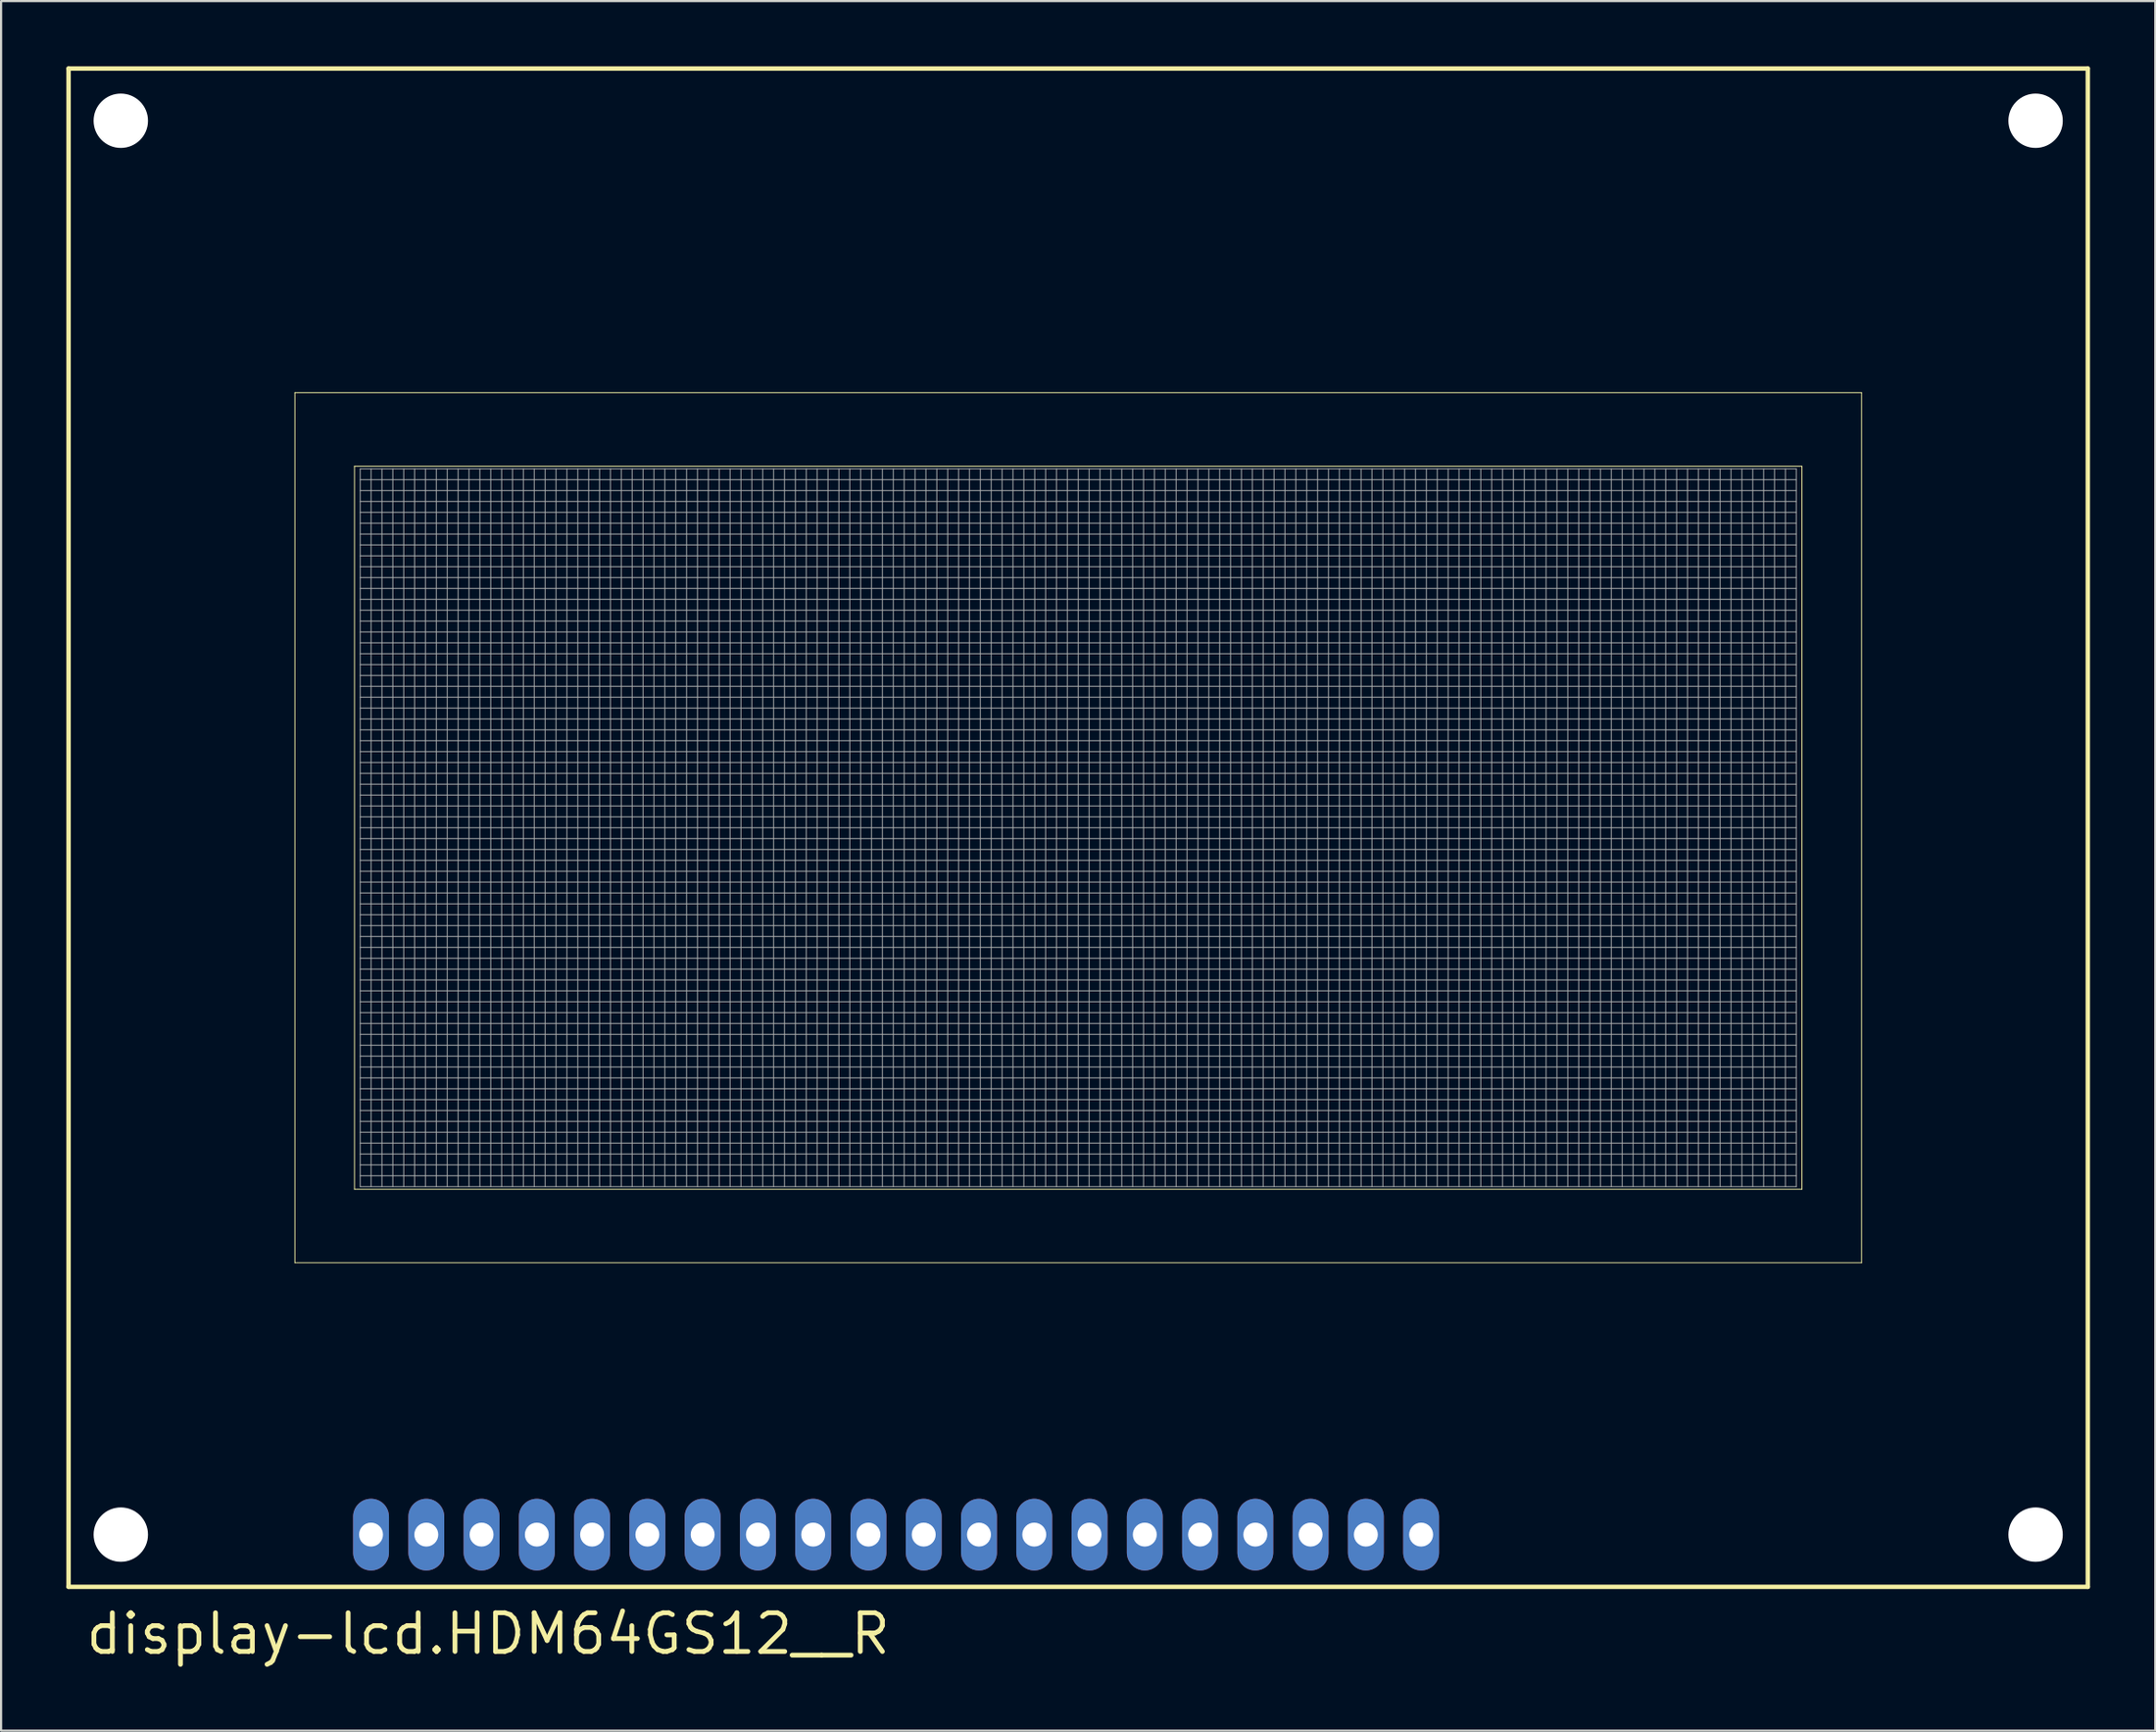
<source format=kicad_pcb>
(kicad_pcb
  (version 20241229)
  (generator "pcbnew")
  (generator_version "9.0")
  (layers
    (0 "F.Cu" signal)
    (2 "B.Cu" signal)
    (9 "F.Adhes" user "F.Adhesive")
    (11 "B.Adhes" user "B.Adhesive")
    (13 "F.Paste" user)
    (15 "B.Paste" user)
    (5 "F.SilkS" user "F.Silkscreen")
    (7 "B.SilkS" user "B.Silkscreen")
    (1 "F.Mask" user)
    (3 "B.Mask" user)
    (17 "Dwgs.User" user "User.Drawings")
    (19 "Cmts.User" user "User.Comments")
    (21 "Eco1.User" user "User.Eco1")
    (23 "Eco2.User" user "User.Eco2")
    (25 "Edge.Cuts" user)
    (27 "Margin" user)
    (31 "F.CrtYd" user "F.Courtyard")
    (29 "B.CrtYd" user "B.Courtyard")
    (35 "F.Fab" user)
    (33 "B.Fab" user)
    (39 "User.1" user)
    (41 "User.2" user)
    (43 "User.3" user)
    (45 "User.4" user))
  (footprint "display-lcd.HDM64GS12__R"
    (layer "F.Cu")
    (at 46.502 35.002)
    (property "Reference" "display-lcd.HDM64GS12__R" (at -45.72 38.1 0) (layer "F.SilkS") (effects (font (size 1.778 1.778) (thickness 0.22)) (justify left bottom)))
    (attr through_hole)
    (fp_line (start -46.4 -34.9) (end 46.4 -34.9) (stroke (width 0.203) (type default)) (layer "F.SilkS"))
    (fp_line (start -46.4 34.9) (end -46.4 -34.9) (stroke (width 0.203) (type default)) (layer "F.SilkS"))
    (fp_line (start -36 -20) (end -36 20) (stroke (width 0.04) (type default)) (layer "F.SilkS"))
    (fp_line (start -36 -20) (end 36 -20) (stroke (width 0.04) (type default)) (layer "F.SilkS"))
    (fp_line (start -33.26 -16.62) (end -33.26 16.62) (stroke (width 0.04) (type default)) (layer "F.SilkS"))
    (fp_line (start -33.26 -16.62) (end 33.26 -16.62) (stroke (width 0.04) (type default)) (layer "F.SilkS"))
    (fp_line (start 33.26 -16.62) (end 33.26 16.62) (stroke (width 0.04) (type default)) (layer "F.SilkS"))
    (fp_line (start 33.26 16.62) (end -33.26 16.62) (stroke (width 0.04) (type default)) (layer "F.SilkS"))
    (fp_line (start 36 20) (end -36 20) (stroke (width 0.04) (type default)) (layer "F.SilkS"))
    (fp_line (start 36 20) (end 36 -20) (stroke (width 0.04) (type default)) (layer "F.SilkS"))
    (fp_line (start 46.4 -34.9) (end 46.4 34.9) (stroke (width 0.203) (type default)) (layer "F.SilkS"))
    (fp_line (start 46.4 34.9) (end -46.4 34.9) (stroke (width 0.203) (type default)) (layer "F.SilkS"))
    (fp_line (start -33 -16.5) (end 33 -16.5) (stroke (width 0.04) (type default)) (layer "F.Fab"))
    (fp_line (start -33 -16) (end 33 -16) (stroke (width 0.04) (type default)) (layer "F.Fab"))
    (fp_line (start -33 -15.5) (end 33 -15.5) (stroke (width 0.04) (type default)) (layer "F.Fab"))
    (fp_line (start -33 -15) (end 33 -15) (stroke (width 0.04) (type default)) (layer "F.Fab"))
    (fp_line (start -33 -14.5) (end 33 -14.5) (stroke (width 0.04) (type default)) (layer "F.Fab"))
    (fp_line (start -33 -14) (end 33 -14) (stroke (width 0.04) (type default)) (layer "F.Fab"))
    (fp_line (start -33 -13.5) (end 33 -13.5) (stroke (width 0.04) (type default)) (layer "F.Fab"))
    (fp_line (start -33 -13) (end 33 -13) (stroke (width 0.04) (type default)) (layer "F.Fab"))
    (fp_line (start -33 -12.5) (end 33 -12.5) (stroke (width 0.04) (type default)) (layer "F.Fab"))
    (fp_line (start -33 -12) (end 33 -12) (stroke (width 0.04) (type default)) (layer "F.Fab"))
    (fp_line (start -33 -11.5) (end 33 -11.5) (stroke (width 0.04) (type default)) (layer "F.Fab"))
    (fp_line (start -33 -11) (end 33 -11) (stroke (width 0.04) (type default)) (layer "F.Fab"))
    (fp_line (start -33 -10.5) (end 33 -10.5) (stroke (width 0.04) (type default)) (layer "F.Fab"))
    (fp_line (start -33 -10) (end 33 -10) (stroke (width 0.04) (type default)) (layer "F.Fab"))
    (fp_line (start -33 -9.5) (end 33 -9.5) (stroke (width 0.04) (type default)) (layer "F.Fab"))
    (fp_line (start -33 -9) (end 33 -9) (stroke (width 0.04) (type default)) (layer "F.Fab"))
    (fp_line (start -33 -8.5) (end 33 -8.5) (stroke (width 0.04) (type default)) (layer "F.Fab"))
    (fp_line (start -33 -8) (end 33 -8) (stroke (width 0.04) (type default)) (layer "F.Fab"))
    (fp_line (start -33 -7.5) (end 33 -7.5) (stroke (width 0.04) (type default)) (layer "F.Fab"))
    (fp_line (start -33 -7) (end 33 -7) (stroke (width 0.04) (type default)) (layer "F.Fab"))
    (fp_line (start -33 -6.5) (end 33 -6.5) (stroke (width 0.04) (type default)) (layer "F.Fab"))
    (fp_line (start -33 -6) (end 33 -6) (stroke (width 0.04) (type default)) (layer "F.Fab"))
    (fp_line (start -33 -5.5) (end 33 -5.5) (stroke (width 0.04) (type default)) (layer "F.Fab"))
    (fp_line (start -33 -5) (end 33 -5) (stroke (width 0.04) (type default)) (layer "F.Fab"))
    (fp_line (start -33 -4.5) (end 33 -4.5) (stroke (width 0.04) (type default)) (layer "F.Fab"))
    (fp_line (start -33 -4) (end 33 -4) (stroke (width 0.04) (type default)) (layer "F.Fab"))
    (fp_line (start -33 -3.5) (end 33 -3.5) (stroke (width 0.04) (type default)) (layer "F.Fab"))
    (fp_line (start -33 -3) (end 33 -3) (stroke (width 0.04) (type default)) (layer "F.Fab"))
    (fp_line (start -33 -2.5) (end 33 -2.5) (stroke (width 0.04) (type default)) (layer "F.Fab"))
    (fp_line (start -33 -2) (end 33 -2) (stroke (width 0.04) (type default)) (layer "F.Fab"))
    (fp_line (start -33 -1.5) (end 33 -1.5) (stroke (width 0.04) (type default)) (layer "F.Fab"))
    (fp_line (start -33 -1) (end 33 -1) (stroke (width 0.04) (type default)) (layer "F.Fab"))
    (fp_line (start -33 -0.5) (end 33 -0.5) (stroke (width 0.04) (type default)) (layer "F.Fab"))
    (fp_line (start -33 0) (end 33 0) (stroke (width 0.04) (type default)) (layer "F.Fab"))
    (fp_line (start -33 0.5) (end 33 0.5) (stroke (width 0.04) (type default)) (layer "F.Fab"))
    (fp_line (start -33 1) (end 33 1) (stroke (width 0.04) (type default)) (layer "F.Fab"))
    (fp_line (start -33 1.5) (end 33 1.5) (stroke (width 0.04) (type default)) (layer "F.Fab"))
    (fp_line (start -33 2) (end 33 2) (stroke (width 0.04) (type default)) (layer "F.Fab"))
    (fp_line (start -33 2.5) (end 33 2.5) (stroke (width 0.04) (type default)) (layer "F.Fab"))
    (fp_line (start -33 3) (end 33 3) (stroke (width 0.04) (type default)) (layer "F.Fab"))
    (fp_line (start -33 3.5) (end 33 3.5) (stroke (width 0.04) (type default)) (layer "F.Fab"))
    (fp_line (start -33 4) (end 33 4) (stroke (width 0.04) (type default)) (layer "F.Fab"))
    (fp_line (start -33 4.5) (end 33 4.5) (stroke (width 0.04) (type default)) (layer "F.Fab"))
    (fp_line (start -33 5) (end 33 5) (stroke (width 0.04) (type default)) (layer "F.Fab"))
    (fp_line (start -33 5.5) (end 33 5.5) (stroke (width 0.04) (type default)) (layer "F.Fab"))
    (fp_line (start -33 6) (end 33 6) (stroke (width 0.04) (type default)) (layer "F.Fab"))
    (fp_line (start -33 6.5) (end 33 6.5) (stroke (width 0.04) (type default)) (layer "F.Fab"))
    (fp_line (start -33 7) (end 33 7) (stroke (width 0.04) (type default)) (layer "F.Fab"))
    (fp_line (start -33 7.5) (end 33 7.5) (stroke (width 0.04) (type default)) (layer "F.Fab"))
    (fp_line (start -33 8) (end 33 8) (stroke (width 0.04) (type default)) (layer "F.Fab"))
    (fp_line (start -33 8.5) (end 33 8.5) (stroke (width 0.04) (type default)) (layer "F.Fab"))
    (fp_line (start -33 9) (end 33 9) (stroke (width 0.04) (type default)) (layer "F.Fab"))
    (fp_line (start -33 9.5) (end 33 9.5) (stroke (width 0.04) (type default)) (layer "F.Fab"))
    (fp_line (start -33 10) (end 33 10) (stroke (width 0.04) (type default)) (layer "F.Fab"))
    (fp_line (start -33 10.5) (end 33 10.5) (stroke (width 0.04) (type default)) (layer "F.Fab"))
    (fp_line (start -33 11) (end 33 11) (stroke (width 0.04) (type default)) (layer "F.Fab"))
    (fp_line (start -33 11.5) (end 33 11.5) (stroke (width 0.04) (type default)) (layer "F.Fab"))
    (fp_line (start -33 12) (end 33 12) (stroke (width 0.04) (type default)) (layer "F.Fab"))
    (fp_line (start -33 12.5) (end 33 12.5) (stroke (width 0.04) (type default)) (layer "F.Fab"))
    (fp_line (start -33 13) (end 33 13) (stroke (width 0.04) (type default)) (layer "F.Fab"))
    (fp_line (start -33 13.5) (end 33 13.5) (stroke (width 0.04) (type default)) (layer "F.Fab"))
    (fp_line (start -33 14) (end 33 14) (stroke (width 0.04) (type default)) (layer "F.Fab"))
    (fp_line (start -33 14.5) (end 33 14.5) (stroke (width 0.04) (type default)) (layer "F.Fab"))
    (fp_line (start -33 15) (end 33 15) (stroke (width 0.04) (type default)) (layer "F.Fab"))
    (fp_line (start -33 15.5) (end 33 15.5) (stroke (width 0.04) (type default)) (layer "F.Fab"))
    (fp_line (start -33 16) (end 33 16) (stroke (width 0.04) (type default)) (layer "F.Fab"))
    (fp_line (start -33 16.5) (end -33 -16.5) (stroke (width 0.04) (type default)) (layer "F.Fab"))
    (fp_line (start -33 16.5) (end 33 16.5) (stroke (width 0.04) (type default)) (layer "F.Fab"))
    (fp_line (start -32.5 16.5) (end -32.5 -16.5) (stroke (width 0.04) (type default)) (layer "F.Fab"))
    (fp_line (start -32 16.5) (end -32 -16.5) (stroke (width 0.04) (type default)) (layer "F.Fab"))
    (fp_line (start -31.5 16.5) (end -31.5 -16.5) (stroke (width 0.04) (type default)) (layer "F.Fab"))
    (fp_line (start -31 16.5) (end -31 -16.5) (stroke (width 0.04) (type default)) (layer "F.Fab"))
    (fp_line (start -30.5 16.5) (end -30.5 -16.5) (stroke (width 0.04) (type default)) (layer "F.Fab"))
    (fp_line (start -30 16.5) (end -30 -16.5) (stroke (width 0.04) (type default)) (layer "F.Fab"))
    (fp_line (start -29.5 16.5) (end -29.5 -16.5) (stroke (width 0.04) (type default)) (layer "F.Fab"))
    (fp_line (start -29 16.5) (end -29 -16.5) (stroke (width 0.04) (type default)) (layer "F.Fab"))
    (fp_line (start -28.5 16.5) (end -28.5 -16.5) (stroke (width 0.04) (type default)) (layer "F.Fab"))
    (fp_line (start -28 16.5) (end -28 -16.5) (stroke (width 0.04) (type default)) (layer "F.Fab"))
    (fp_line (start -27.5 16.5) (end -27.5 -16.5) (stroke (width 0.04) (type default)) (layer "F.Fab"))
    (fp_line (start -27 16.5) (end -27 -16.5) (stroke (width 0.04) (type default)) (layer "F.Fab"))
    (fp_line (start -26.5 16.5) (end -26.5 -16.5) (stroke (width 0.04) (type default)) (layer "F.Fab"))
    (fp_line (start -26 16.5) (end -26 -16.5) (stroke (width 0.04) (type default)) (layer "F.Fab"))
    (fp_line (start -25.5 16.5) (end -25.5 -16.5) (stroke (width 0.04) (type default)) (layer "F.Fab"))
    (fp_line (start -25 16.5) (end -25 -16.5) (stroke (width 0.04) (type default)) (layer "F.Fab"))
    (fp_line (start -24.5 16.5) (end -24.5 -16.5) (stroke (width 0.04) (type default)) (layer "F.Fab"))
    (fp_line (start -24 16.5) (end -24 -16.5) (stroke (width 0.04) (type default)) (layer "F.Fab"))
    (fp_line (start -23.5 16.5) (end -23.5 -16.5) (stroke (width 0.04) (type default)) (layer "F.Fab"))
    (fp_line (start -23 16.5) (end -23 -16.5) (stroke (width 0.04) (type default)) (layer "F.Fab"))
    (fp_line (start -22.5 16.5) (end -22.5 -16.5) (stroke (width 0.04) (type default)) (layer "F.Fab"))
    (fp_line (start -22 16.5) (end -22 -16.5) (stroke (width 0.04) (type default)) (layer "F.Fab"))
    (fp_line (start -21.5 16.5) (end -21.5 -16.5) (stroke (width 0.04) (type default)) (layer "F.Fab"))
    (fp_line (start -21 16.5) (end -21 -16.5) (stroke (width 0.04) (type default)) (layer "F.Fab"))
    (fp_line (start -20.5 16.5) (end -20.5 -16.5) (stroke (width 0.04) (type default)) (layer "F.Fab"))
    (fp_line (start -20 16.5) (end -20 -16.5) (stroke (width 0.04) (type default)) (layer "F.Fab"))
    (fp_line (start -19.5 16.5) (end -19.5 -16.5) (stroke (width 0.04) (type default)) (layer "F.Fab"))
    (fp_line (start -19 16.5) (end -19 -16.5) (stroke (width 0.04) (type default)) (layer "F.Fab"))
    (fp_line (start -18.5 16.5) (end -18.5 -16.5) (stroke (width 0.04) (type default)) (layer "F.Fab"))
    (fp_line (start -18 16.5) (end -18 -16.5) (stroke (width 0.04) (type default)) (layer "F.Fab"))
    (fp_line (start -17.5 16.5) (end -17.5 -16.5) (stroke (width 0.04) (type default)) (layer "F.Fab"))
    (fp_line (start -17 16.5) (end -17 -16.5) (stroke (width 0.04) (type default)) (layer "F.Fab"))
    (fp_line (start -16.5 16.5) (end -16.5 -16.5) (stroke (width 0.04) (type default)) (layer "F.Fab"))
    (fp_line (start -16 16.5) (end -16 -16.5) (stroke (width 0.04) (type default)) (layer "F.Fab"))
    (fp_line (start -15.5 16.5) (end -15.5 -16.5) (stroke (width 0.04) (type default)) (layer "F.Fab"))
    (fp_line (start -15 16.5) (end -15 -16.5) (stroke (width 0.04) (type default)) (layer "F.Fab"))
    (fp_line (start -14.5 16.5) (end -14.5 -16.5) (stroke (width 0.04) (type default)) (layer "F.Fab"))
    (fp_line (start -14 16.5) (end -14 -16.5) (stroke (width 0.04) (type default)) (layer "F.Fab"))
    (fp_line (start -13.5 16.5) (end -13.5 -16.5) (stroke (width 0.04) (type default)) (layer "F.Fab"))
    (fp_line (start -13 16.5) (end -13 -16.5) (stroke (width 0.04) (type default)) (layer "F.Fab"))
    (fp_line (start -12.5 16.5) (end -12.5 -16.5) (stroke (width 0.04) (type default)) (layer "F.Fab"))
    (fp_line (start -12 16.5) (end -12 -16.5) (stroke (width 0.04) (type default)) (layer "F.Fab"))
    (fp_line (start -11.5 16.5) (end -11.5 -16.5) (stroke (width 0.04) (type default)) (layer "F.Fab"))
    (fp_line (start -11 16.5) (end -11 -16.5) (stroke (width 0.04) (type default)) (layer "F.Fab"))
    (fp_line (start -10.5 16.5) (end -10.5 -16.5) (stroke (width 0.04) (type default)) (layer "F.Fab"))
    (fp_line (start -10 16.5) (end -10 -16.5) (stroke (width 0.04) (type default)) (layer "F.Fab"))
    (fp_line (start -9.5 16.5) (end -9.5 -16.5) (stroke (width 0.04) (type default)) (layer "F.Fab"))
    (fp_line (start -9 16.5) (end -9 -16.5) (stroke (width 0.04) (type default)) (layer "F.Fab"))
    (fp_line (start -8.5 16.5) (end -8.5 -16.5) (stroke (width 0.04) (type default)) (layer "F.Fab"))
    (fp_line (start -8 16.5) (end -8 -16.5) (stroke (width 0.04) (type default)) (layer "F.Fab"))
    (fp_line (start -7.5 16.5) (end -7.5 -16.5) (stroke (width 0.04) (type default)) (layer "F.Fab"))
    (fp_line (start -7 16.5) (end -7 -16.5) (stroke (width 0.04) (type default)) (layer "F.Fab"))
    (fp_line (start -6.5 16.5) (end -6.5 -16.5) (stroke (width 0.04) (type default)) (layer "F.Fab"))
    (fp_line (start -6 16.5) (end -6 -16.5) (stroke (width 0.04) (type default)) (layer "F.Fab"))
    (fp_line (start -5.5 16.5) (end -5.5 -16.5) (stroke (width 0.04) (type default)) (layer "F.Fab"))
    (fp_line (start -5 16.5) (end -5 -16.5) (stroke (width 0.04) (type default)) (layer "F.Fab"))
    (fp_line (start -4.5 16.5) (end -4.5 -16.5) (stroke (width 0.04) (type default)) (layer "F.Fab"))
    (fp_line (start -4 16.5) (end -4 -16.5) (stroke (width 0.04) (type default)) (layer "F.Fab"))
    (fp_line (start -3.5 16.5) (end -3.5 -16.5) (stroke (width 0.04) (type default)) (layer "F.Fab"))
    (fp_line (start -3 16.5) (end -3 -16.5) (stroke (width 0.04) (type default)) (layer "F.Fab"))
    (fp_line (start -2.5 16.5) (end -2.5 -16.5) (stroke (width 0.04) (type default)) (layer "F.Fab"))
    (fp_line (start -2 16.5) (end -2 -16.5) (stroke (width 0.04) (type default)) (layer "F.Fab"))
    (fp_line (start -1.5 16.5) (end -1.5 -16.5) (stroke (width 0.04) (type default)) (layer "F.Fab"))
    (fp_line (start -1 16.5) (end -1 -16.5) (stroke (width 0.04) (type default)) (layer "F.Fab"))
    (fp_line (start -0.5 16.5) (end -0.5 -16.5) (stroke (width 0.04) (type default)) (layer "F.Fab"))
    (fp_line (start 0 16.5) (end 0 -16.5) (stroke (width 0.04) (type default)) (layer "F.Fab"))
    (fp_line (start 0.5 16.5) (end 0.5 -16.5) (stroke (width 0.04) (type default)) (layer "F.Fab"))
    (fp_line (start 1 16.5) (end 1 -16.5) (stroke (width 0.04) (type default)) (layer "F.Fab"))
    (fp_line (start 1.5 16.5) (end 1.5 -16.5) (stroke (width 0.04) (type default)) (layer "F.Fab"))
    (fp_line (start 2 16.5) (end 2 -16.5) (stroke (width 0.04) (type default)) (layer "F.Fab"))
    (fp_line (start 2.5 16.5) (end 2.5 -16.5) (stroke (width 0.04) (type default)) (layer "F.Fab"))
    (fp_line (start 3 16.5) (end 3 -16.5) (stroke (width 0.04) (type default)) (layer "F.Fab"))
    (fp_line (start 3.5 16.5) (end 3.5 -16.5) (stroke (width 0.04) (type default)) (layer "F.Fab"))
    (fp_line (start 4 16.5) (end 4 -16.5) (stroke (width 0.04) (type default)) (layer "F.Fab"))
    (fp_line (start 4.5 16.5) (end 4.5 -16.5) (stroke (width 0.04) (type default)) (layer "F.Fab"))
    (fp_line (start 5 16.5) (end 5 -16.5) (stroke (width 0.04) (type default)) (layer "F.Fab"))
    (fp_line (start 5.5 16.5) (end 5.5 -16.5) (stroke (width 0.04) (type default)) (layer "F.Fab"))
    (fp_line (start 6 16.5) (end 6 -16.5) (stroke (width 0.04) (type default)) (layer "F.Fab"))
    (fp_line (start 6.5 16.5) (end 6.5 -16.5) (stroke (width 0.04) (type default)) (layer "F.Fab"))
    (fp_line (start 7 16.5) (end 7 -16.5) (stroke (width 0.04) (type default)) (layer "F.Fab"))
    (fp_line (start 7.5 16.5) (end 7.5 -16.5) (stroke (width 0.04) (type default)) (layer "F.Fab"))
    (fp_line (start 8 16.5) (end 8 -16.5) (stroke (width 0.04) (type default)) (layer "F.Fab"))
    (fp_line (start 8.5 16.5) (end 8.5 -16.5) (stroke (width 0.04) (type default)) (layer "F.Fab"))
    (fp_line (start 9 16.5) (end 9 -16.5) (stroke (width 0.04) (type default)) (layer "F.Fab"))
    (fp_line (start 9.5 16.5) (end 9.5 -16.5) (stroke (width 0.04) (type default)) (layer "F.Fab"))
    (fp_line (start 10 16.5) (end 10 -16.5) (stroke (width 0.04) (type default)) (layer "F.Fab"))
    (fp_line (start 10.5 16.5) (end 10.5 -16.5) (stroke (width 0.04) (type default)) (layer "F.Fab"))
    (fp_line (start 11 16.5) (end 11 -16.5) (stroke (width 0.04) (type default)) (layer "F.Fab"))
    (fp_line (start 11.5 16.5) (end 11.5 -16.5) (stroke (width 0.04) (type default)) (layer "F.Fab"))
    (fp_line (start 12 16.5) (end 12 -16.5) (stroke (width 0.04) (type default)) (layer "F.Fab"))
    (fp_line (start 12.5 16.5) (end 12.5 -16.5) (stroke (width 0.04) (type default)) (layer "F.Fab"))
    (fp_line (start 13 16.5) (end 13 -16.5) (stroke (width 0.04) (type default)) (layer "F.Fab"))
    (fp_line (start 13.5 16.5) (end 13.5 -16.5) (stroke (width 0.04) (type default)) (layer "F.Fab"))
    (fp_line (start 14 16.5) (end 14 -16.5) (stroke (width 0.04) (type default)) (layer "F.Fab"))
    (fp_line (start 14.5 16.5) (end 14.5 -16.5) (stroke (width 0.04) (type default)) (layer "F.Fab"))
    (fp_line (start 15 16.5) (end 15 -16.5) (stroke (width 0.04) (type default)) (layer "F.Fab"))
    (fp_line (start 15.5 16.5) (end 15.5 -16.5) (stroke (width 0.04) (type default)) (layer "F.Fab"))
    (fp_line (start 16 16.5) (end 16 -16.5) (stroke (width 0.04) (type default)) (layer "F.Fab"))
    (fp_line (start 16.5 16.5) (end 16.5 -16.5) (stroke (width 0.04) (type default)) (layer "F.Fab"))
    (fp_line (start 17 16.5) (end 17 -16.5) (stroke (width 0.04) (type default)) (layer "F.Fab"))
    (fp_line (start 17.5 16.5) (end 17.5 -16.5) (stroke (width 0.04) (type default)) (layer "F.Fab"))
    (fp_line (start 18 16.5) (end 18 -16.5) (stroke (width 0.04) (type default)) (layer "F.Fab"))
    (fp_line (start 18.5 16.5) (end 18.5 -16.5) (stroke (width 0.04) (type default)) (layer "F.Fab"))
    (fp_line (start 19 16.5) (end 19 -16.5) (stroke (width 0.04) (type default)) (layer "F.Fab"))
    (fp_line (start 19.5 16.5) (end 19.5 -16.5) (stroke (width 0.04) (type default)) (layer "F.Fab"))
    (fp_line (start 20 16.5) (end 20 -16.5) (stroke (width 0.04) (type default)) (layer "F.Fab"))
    (fp_line (start 20.5 16.5) (end 20.5 -16.5) (stroke (width 0.04) (type default)) (layer "F.Fab"))
    (fp_line (start 21 16.5) (end 21 -16.5) (stroke (width 0.04) (type default)) (layer "F.Fab"))
    (fp_line (start 21.5 16.5) (end 21.5 -16.5) (stroke (width 0.04) (type default)) (layer "F.Fab"))
    (fp_line (start 22 16.5) (end 22 -16.5) (stroke (width 0.04) (type default)) (layer "F.Fab"))
    (fp_line (start 22.5 16.5) (end 22.5 -16.5) (stroke (width 0.04) (type default)) (layer "F.Fab"))
    (fp_line (start 23 16.5) (end 23 -16.5) (stroke (width 0.04) (type default)) (layer "F.Fab"))
    (fp_line (start 23.5 16.5) (end 23.5 -16.5) (stroke (width 0.04) (type default)) (layer "F.Fab"))
    (fp_line (start 24 16.5) (end 24 -16.5) (stroke (width 0.04) (type default)) (layer "F.Fab"))
    (fp_line (start 24.5 16.5) (end 24.5 -16.5) (stroke (width 0.04) (type default)) (layer "F.Fab"))
    (fp_line (start 25 16.5) (end 25 -16.5) (stroke (width 0.04) (type default)) (layer "F.Fab"))
    (fp_line (start 25.5 16.5) (end 25.5 -16.5) (stroke (width 0.04) (type default)) (layer "F.Fab"))
    (fp_line (start 26 16.5) (end 26 -16.5) (stroke (width 0.04) (type default)) (layer "F.Fab"))
    (fp_line (start 26.5 16.5) (end 26.5 -16.5) (stroke (width 0.04) (type default)) (layer "F.Fab"))
    (fp_line (start 27 16.5) (end 27 -16.5) (stroke (width 0.04) (type default)) (layer "F.Fab"))
    (fp_line (start 27.5 16.5) (end 27.5 -16.5) (stroke (width 0.04) (type default)) (layer "F.Fab"))
    (fp_line (start 28 16.5) (end 28 -16.5) (stroke (width 0.04) (type default)) (layer "F.Fab"))
    (fp_line (start 28.5 16.5) (end 28.5 -16.5) (stroke (width 0.04) (type default)) (layer "F.Fab"))
    (fp_line (start 29 16.5) (end 29 -16.5) (stroke (width 0.04) (type default)) (layer "F.Fab"))
    (fp_line (start 29.5 16.5) (end 29.5 -16.5) (stroke (width 0.04) (type default)) (layer "F.Fab"))
    (fp_line (start 30 16.5) (end 30 -16.5) (stroke (width 0.04) (type default)) (layer "F.Fab"))
    (fp_line (start 30.5 16.5) (end 30.5 -16.5) (stroke (width 0.04) (type default)) (layer "F.Fab"))
    (fp_line (start 31 16.5) (end 31 -16.5) (stroke (width 0.04) (type default)) (layer "F.Fab"))
    (fp_line (start 31.5 16.5) (end 31.5 -16.5) (stroke (width 0.04) (type default)) (layer "F.Fab"))
    (fp_line (start 32 16.5) (end 32 -16.5) (stroke (width 0.04) (type default)) (layer "F.Fab"))
    (fp_line (start 32.5 16.5) (end 32.5 -16.5) (stroke (width 0.04) (type default)) (layer "F.Fab"))
    (fp_line (start 33 16.5) (end 33 -16.5) (stroke (width 0.04) (type default)) (layer "F.Fab"))
    (pad "" np_thru_hole circle (at -44 -32.5) (size 2.5 2.5) (drill 2.5) (layers "*.Cu" "*.Mask"))
    (pad "" np_thru_hole circle (at -44 32.5) (size 2.5 2.5) (drill 2.5) (layers "*.Cu" "*.Mask"))
    (pad "" np_thru_hole circle (at 44 -32.5) (size 2.5 2.5) (drill 2.5) (layers "*.Cu" "*.Mask"))
    (pad "" np_thru_hole circle (at 44 32.5) (size 2.5 2.5) (drill 2.5) (layers "*.Cu" "*.Mask"))
    (pad "1" thru_hole oval (at 15.76 32.5 90) (size 3.3 1.65) (drill 1.1) (layers "*.Cu" "*.Mask"))
    (pad "2" thru_hole oval (at 13.22 32.5 90) (size 3.3 1.65) (drill 1.1) (layers "*.Cu" "*.Mask"))
    (pad "3" thru_hole oval (at 10.68 32.5 90) (size 3.3 1.65) (drill 1.1) (layers "*.Cu" "*.Mask"))
    (pad "4" thru_hole oval (at 8.14 32.5 90) (size 3.3 1.65) (drill 1.1) (layers "*.Cu" "*.Mask"))
    (pad "5" thru_hole oval (at 5.6 32.5 90) (size 3.3 1.65) (drill 1.1) (layers "*.Cu" "*.Mask"))
    (pad "6" thru_hole oval (at 3.06 32.5 90) (size 3.3 1.65) (drill 1.1) (layers "*.Cu" "*.Mask"))
    (pad "7" thru_hole oval (at 0.52 32.5 90) (size 3.3 1.65) (drill 1.1) (layers "*.Cu" "*.Mask"))
    (pad "8" thru_hole oval (at -2.02 32.5 90) (size 3.3 1.65) (drill 1.1) (layers "*.Cu" "*.Mask"))
    (pad "9" thru_hole oval (at -4.56 32.5 90) (size 3.3 1.65) (drill 1.1) (layers "*.Cu" "*.Mask"))
    (pad "10" thru_hole oval (at -7.1 32.5 90) (size 3.3 1.65) (drill 1.1) (layers "*.Cu" "*.Mask"))
    (pad "11" thru_hole oval (at -9.64 32.5 90) (size 3.3 1.65) (drill 1.1) (layers "*.Cu" "*.Mask"))
    (pad "12" thru_hole oval (at -12.18 32.5 90) (size 3.3 1.65) (drill 1.1) (layers "*.Cu" "*.Mask"))
    (pad "13" thru_hole oval (at -14.72 32.5 90) (size 3.3 1.65) (drill 1.1) (layers "*.Cu" "*.Mask"))
    (pad "14" thru_hole oval (at -17.26 32.5 90) (size 3.3 1.65) (drill 1.1) (layers "*.Cu" "*.Mask"))
    (pad "15" thru_hole oval (at -19.8 32.5 90) (size 3.3 1.65) (drill 1.1) (layers "*.Cu" "*.Mask"))
    (pad "16" thru_hole oval (at -22.34 32.5 90) (size 3.3 1.65) (drill 1.1) (layers "*.Cu" "*.Mask"))
    (pad "17" thru_hole oval (at -24.88 32.5 90) (size 3.3 1.65) (drill 1.1) (layers "*.Cu" "*.Mask"))
    (pad "18" thru_hole oval (at -27.42 32.5 90) (size 3.3 1.65) (drill 1.1) (layers "*.Cu" "*.Mask"))
    (pad "19" thru_hole oval (at -29.96 32.5 90) (size 3.3 1.65) (drill 1.1) (layers "*.Cu" "*.Mask"))
    (pad "20" thru_hole oval (at -32.5 32.5 90) (size 3.3 1.65) (drill 1.1) (layers "*.Cu" "*.Mask")))
  (gr_rect
    (start -3 -3)
    (end 96.003 76.516)
    (stroke (width 0.1) (type default))
    (fill no)
    (layer "Edge.Cuts")))
</source>
